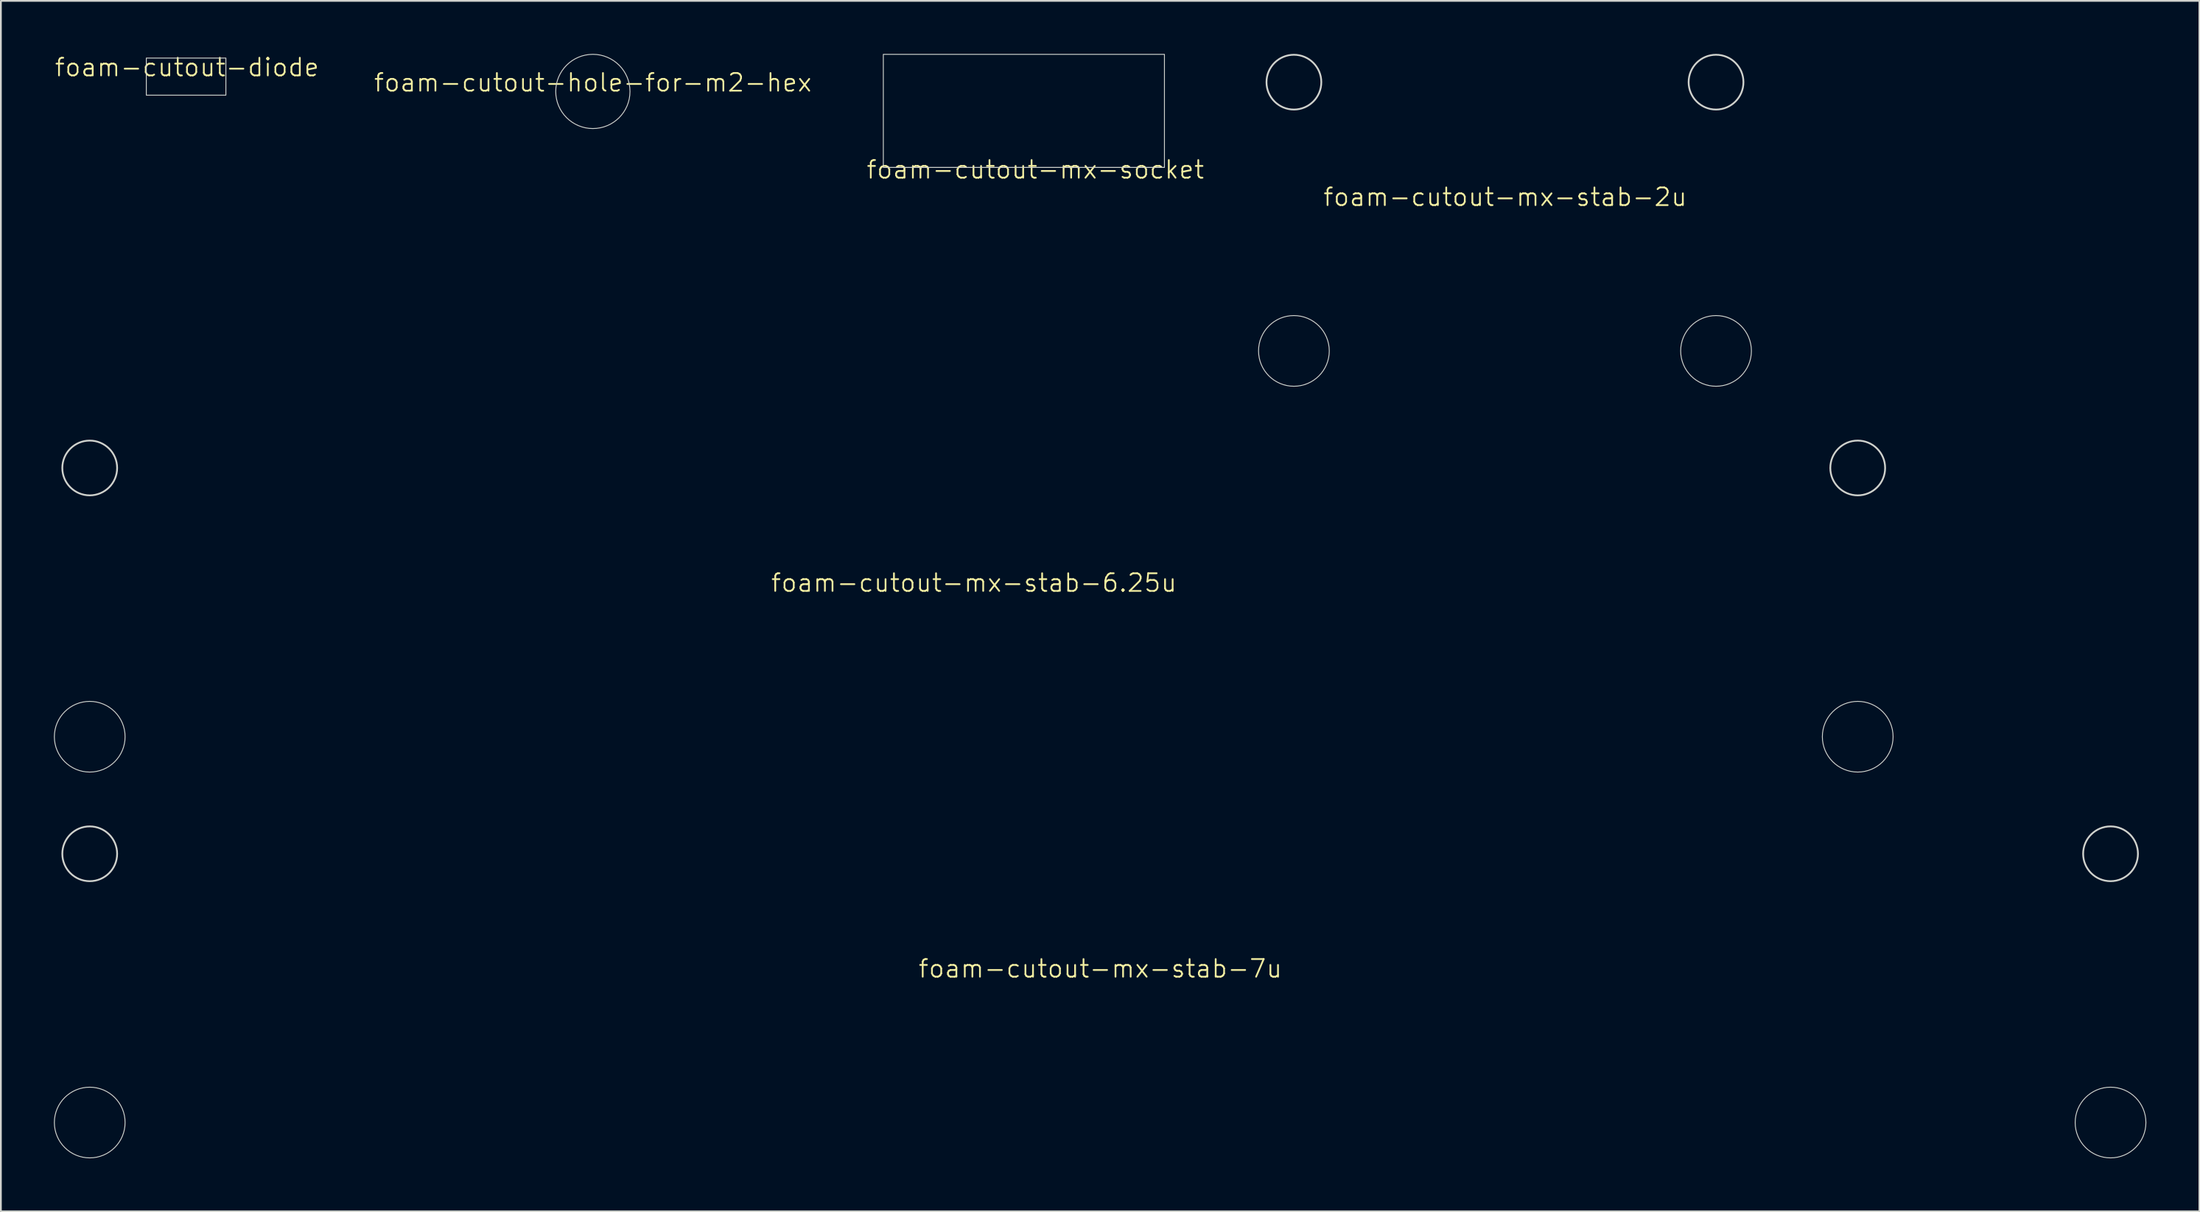
<source format=kicad_pcb>
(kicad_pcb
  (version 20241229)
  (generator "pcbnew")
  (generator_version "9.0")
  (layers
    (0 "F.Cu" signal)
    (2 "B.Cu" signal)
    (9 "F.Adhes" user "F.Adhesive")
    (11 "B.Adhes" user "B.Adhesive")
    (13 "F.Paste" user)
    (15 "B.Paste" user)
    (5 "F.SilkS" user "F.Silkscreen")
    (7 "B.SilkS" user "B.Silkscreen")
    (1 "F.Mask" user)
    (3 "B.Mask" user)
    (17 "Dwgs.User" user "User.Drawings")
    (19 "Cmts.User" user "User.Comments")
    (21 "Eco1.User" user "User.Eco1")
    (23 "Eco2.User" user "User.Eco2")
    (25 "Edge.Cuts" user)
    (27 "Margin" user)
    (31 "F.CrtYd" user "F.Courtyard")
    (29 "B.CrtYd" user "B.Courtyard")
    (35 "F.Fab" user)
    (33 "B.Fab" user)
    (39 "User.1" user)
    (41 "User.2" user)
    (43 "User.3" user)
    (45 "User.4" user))
  (footprint "foam-cutout-hole-for-m2-hex"
    (layer "F.Cu")
    (at 30.483 2.125)
    (property "Reference" "foam-cutout-hole-for-m2-hex" (at 0 -0.5 0) (unlocked yes) (layer "F.SilkS") (effects (font (size 1 1) (thickness 0.1))))
    (attr smd)
    (fp_circle (center 0 0) (end 2.1 0) (stroke (width 0.05) (type default)) (fill no) (layer "Edge.Cuts")))
  (footprint "foam-cutout-mx-socket"
    (layer "F.Cu")
    (at 55.512 7.025)
    (property "Reference" "foam-cutout-mx-socket" (at 0 -0.475 0) (unlocked yes) (layer "F.SilkS") (effects (font (size 1 1) (thickness 0.1))))
    (attr smd)
    (fp_rect (start -8.6 -7) (end 7.3 -0.6) (stroke (width 0.05) (type default)) (fill no) (layer "Edge.Cuts")))
  (footprint "foam-cutout-mx-stab-6.25u"
    (layer "F.Cu")
    (at 52.025 30.42)
    (property "Reference" "foam-cutout-mx-stab-6.25u" (at 0.012 -0.485 0) (unlocked yes) (layer "F.SilkS") (effects (font (size 1 1) (thickness 0.1))))
    (attr smd)
    (fp_circle (center -50 -6.985) (end -48.45 -6.985) (stroke (width 0.1) (type default)) (fill no) (layer "Edge.Cuts"))
    (fp_circle (center -50 8.225) (end -48 8.225) (stroke (width 0.05) (type default)) (fill no) (layer "Edge.Cuts"))
    (fp_circle (center 50 -6.985) (end 51.55 -6.985) (stroke (width 0.1) (type default)) (fill no) (layer "Edge.Cuts"))
    (fp_circle (center 50 8.225) (end 52 8.225) (stroke (width 0.05) (type default)) (fill no) (layer "Edge.Cuts")))
  (footprint "foam-cutout-diode"
    (layer "F.Cu")
    (at 7.476 1.286)
    (property "Reference" "foam-cutout-diode" (at 0.05 -0.525 0) (unlocked yes) (layer "F.SilkS") (effects (font (size 1 1) (thickness 0.1))))
    (attr smd)
    (fp_rect (start -2.25 -1.05) (end 2.25 1.05) (stroke (width 0.05) (type default)) (fill no) (layer "Edge.Cuts")))
  (footprint "foam-cutout-mx-stab-2u"
    (layer "F.Cu")
    (at 82.073 8.585)
    (property "Reference" "foam-cutout-mx-stab-2u" (at 0.012 -0.485 0) (unlocked yes) (layer "F.SilkS") (effects (font (size 1 1) (thickness 0.1))))
    (attr smd)
    (fp_circle (center -11.938 -6.985) (end -10.388 -6.985) (stroke (width 0.1) (type default)) (fill no) (layer "Edge.Cuts"))
    (fp_circle (center -11.938 8.225) (end -9.938 8.225) (stroke (width 0.05) (type default)) (fill no) (layer "Edge.Cuts"))
    (fp_circle (center 11.938 -6.985) (end 13.488 -6.985) (stroke (width 0.1) (type default)) (fill no) (layer "Edge.Cuts"))
    (fp_circle (center 11.938 8.225) (end 13.938 8.225) (stroke (width 0.05) (type default)) (fill no) (layer "Edge.Cuts")))
  (footprint "foam-cutout-mx-stab-7u"
    (layer "F.Cu")
    (at 59.175 52.255)
    (property "Reference" "foam-cutout-mx-stab-7u" (at 0.012 -0.485 0) (unlocked yes) (layer "F.SilkS") (effects (font (size 1 1) (thickness 0.1))))
    (attr smd)
    (fp_circle (center -57.15 -6.985) (end -55.6 -6.985) (stroke (width 0.1) (type default)) (fill no) (layer "Edge.Cuts"))
    (fp_circle (center -57.15 8.225) (end -55.15 8.225) (stroke (width 0.05) (type default)) (fill no) (layer "Edge.Cuts"))
    (fp_circle (center 57.15 -6.985) (end 58.7 -6.985) (stroke (width 0.1) (type default)) (fill no) (layer "Edge.Cuts"))
    (fp_circle (center 57.15 8.225) (end 59.15 8.225) (stroke (width 0.05) (type default)) (fill no) (layer "Edge.Cuts")))
  (gr_rect
    (start -3 -3)
    (end 121.35 65.505)
    (stroke (width 0.1) (type default))
    (fill no)
    (layer "Edge.Cuts")))
</source>
